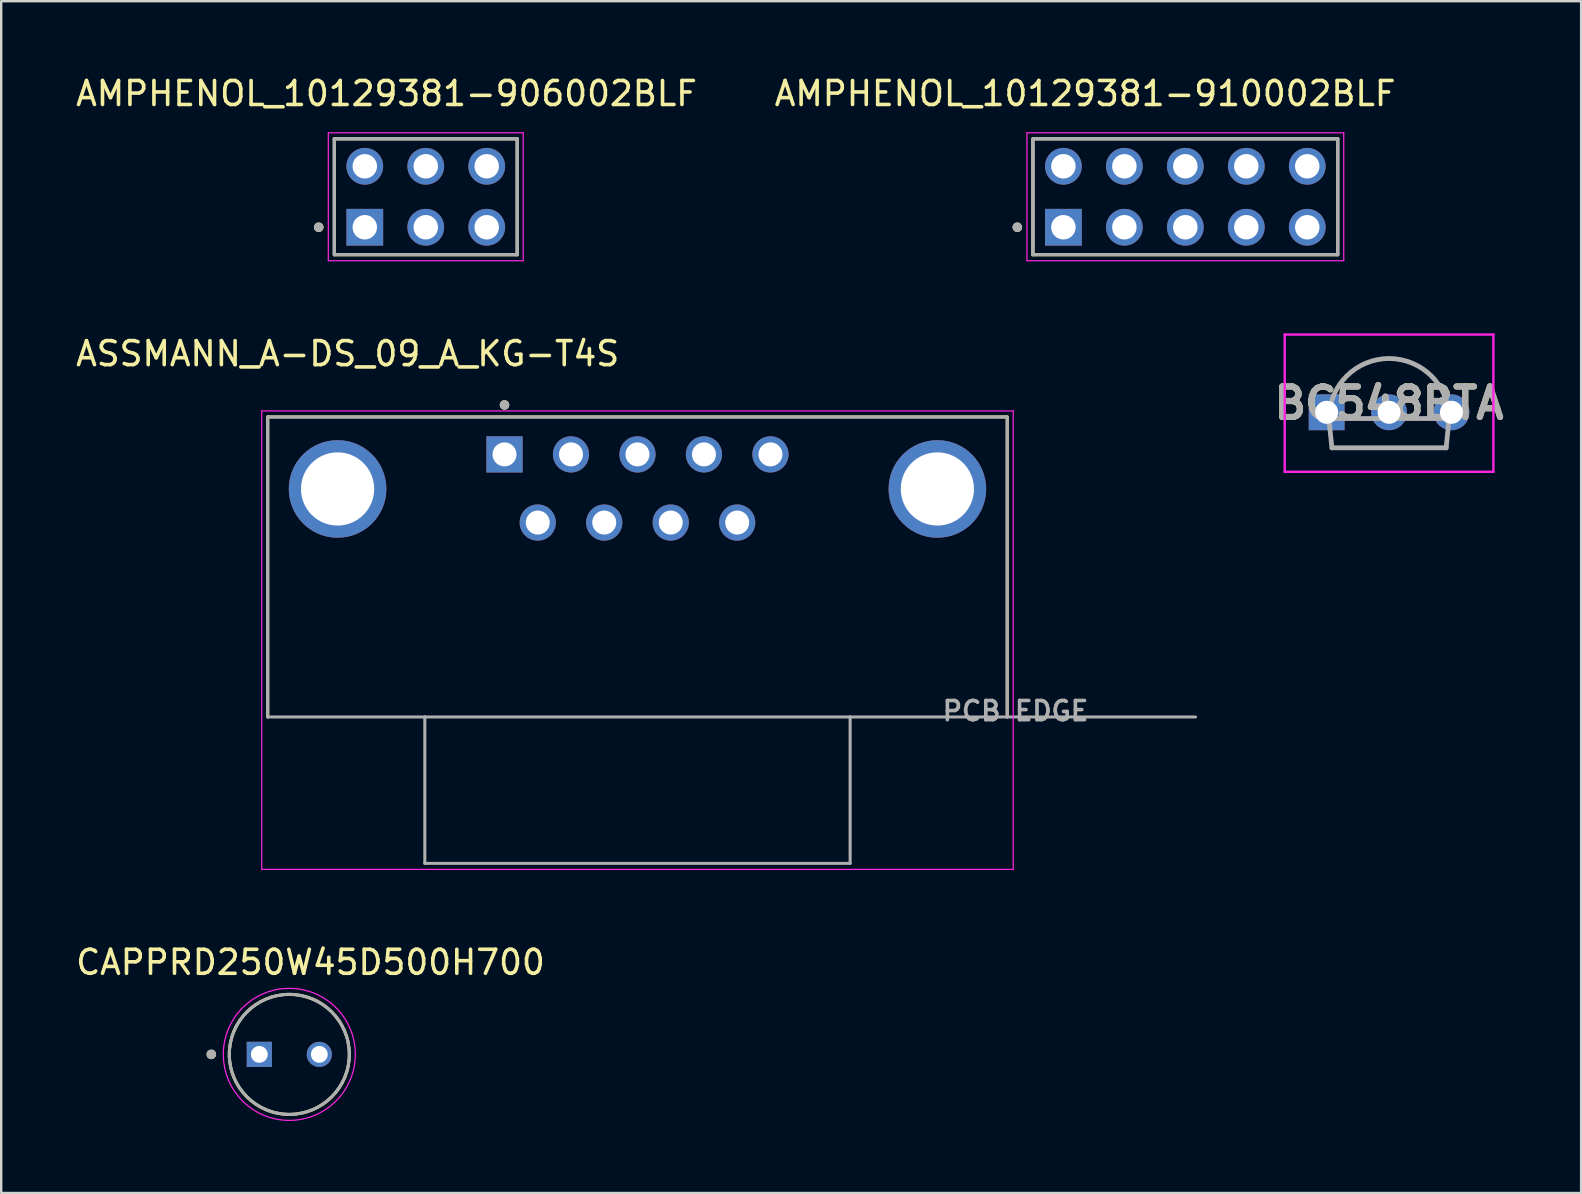
<source format=kicad_pcb>
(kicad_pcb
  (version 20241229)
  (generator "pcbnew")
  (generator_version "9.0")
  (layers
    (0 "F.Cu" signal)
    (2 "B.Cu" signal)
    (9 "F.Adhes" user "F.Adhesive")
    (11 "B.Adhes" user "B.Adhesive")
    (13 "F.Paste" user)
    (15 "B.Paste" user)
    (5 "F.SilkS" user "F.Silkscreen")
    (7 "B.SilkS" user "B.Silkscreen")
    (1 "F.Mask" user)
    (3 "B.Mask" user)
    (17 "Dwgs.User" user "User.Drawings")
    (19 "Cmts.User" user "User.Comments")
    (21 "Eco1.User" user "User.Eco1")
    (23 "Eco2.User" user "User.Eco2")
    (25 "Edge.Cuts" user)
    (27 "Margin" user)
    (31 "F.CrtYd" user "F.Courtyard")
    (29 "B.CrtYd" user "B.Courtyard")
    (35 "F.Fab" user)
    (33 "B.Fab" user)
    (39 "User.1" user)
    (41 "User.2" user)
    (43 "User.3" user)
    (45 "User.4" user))
  (footprint "BC548BTA"
    (layer "F.Cu")
    (at 52.224 14.128)
    (property "Reference" "BC548BTA" (at 2.6 -0.38 0) (layer "F.SilkS") (effects (font (size 1.27 1.27) (thickness 0.254))))
    (attr through_hole)
    (fp_line (start 0.2 1.06) (end 0.22 1.46) (stroke (width 0.1) (type solid)) (layer "F.SilkS"))
    (fp_line (start 0.22 1.46) (end 5 1.48) (stroke (width 0.1) (type solid)) (layer "F.SilkS"))
    (fp_line (start 2.4 -2.24) (end 2.8 -2.24) (stroke (width 0.1) (type solid)) (layer "F.SilkS"))
    (fp_line (start 5 1.48) (end 5 1.06) (stroke (width 0.1) (type solid)) (layer "F.SilkS"))
    (fp_line (start -1.747 -3.24) (end 6.947 -3.24) (stroke (width 0.1) (type solid)) (layer "F.CrtYd"))
    (fp_line (start -1.747 2.48) (end -1.747 -3.24) (stroke (width 0.1) (type solid)) (layer "F.CrtYd"))
    (fp_line (start 6.947 -3.24) (end 6.947 2.48) (stroke (width 0.1) (type solid)) (layer "F.CrtYd"))
    (fp_line (start 6.947 2.48) (end -1.747 2.48) (stroke (width 0.1) (type solid)) (layer "F.CrtYd"))
    (fp_line (start 0.1 0.26) (end 5.1 0.26) (stroke (width 0.2) (type solid)) (layer "F.Fab"))
    (fp_line (start 0.22 1.48) (end 0.1 0.36) (stroke (width 0.2) (type solid)) (layer "F.Fab"))
    (fp_line (start 0.22 1.48) (end 4.98 1.48) (stroke (width 0.2) (type solid)) (layer "F.Fab"))
    (fp_line (start 4.98 1.48) (end 5.1 0.26) (stroke (width 0.2) (type solid)) (layer "F.Fab"))
    (fp_line (start 5.1 0.26) (end 5.1 0.26) (stroke (width 0.2) (type solid)) (layer "F.Fab"))
    (fp_arc (start 0.1 0.26) (mid 2.6 -2.24) (end 5.1 0.26) (stroke (width 0.2) (type solid)) (layer "F.Fab"))
    (fp_text user "${REFERENCE}" (at 2.6 -0.38 0) (layer "F.Fab") (effects (font (size 1.27 1.27) (thickness 0.254))))
    (pad "1" thru_hole rect (at 0 0) (size 1.493 1.493) (drill 0.96) (layers "*.Cu" "*.Mask"))
    (pad "2" thru_hole circle (at 2.6 0) (size 1.493 1.493) (drill 0.96) (layers "*.Cu" "*.Mask"))
    (pad "3" thru_hole circle (at 5.2 0) (size 1.493 1.493) (drill 0.96) (layers "*.Cu" "*.Mask")))
  (footprint "AMPHENOL_10129381-910002BLF"
    (layer "F.Cu")
    (at 46.336 5.148)
    (property "Reference" "AMPHENOL_10129381-910002BLF" (at -4.175 -4.3 0) (layer "F.SilkS") (effects (font (size 1 1) (thickness 0.15))))
    (attr through_hole)
    (fp_line (start -6.35 2.415) (end -6.35 -2.415) (stroke (width 0.127) (type solid)) (layer "F.SilkS"))
    (fp_line (start 6.35 -2.415) (end -6.35 -2.415) (stroke (width 0.127) (type solid)) (layer "F.SilkS"))
    (fp_line (start 6.35 -2.415) (end 6.35 2.415) (stroke (width 0.127) (type solid)) (layer "F.SilkS"))
    (fp_line (start 6.35 2.415) (end -6.35 2.415) (stroke (width 0.127) (type solid)) (layer "F.SilkS"))
    (fp_circle (center -7 1.27) (end -6.9 1.27) (stroke (width 0.2) (type solid)) (fill no) (layer "F.SilkS"))
    (fp_line (start -6.6 -2.665) (end 6.6 -2.665) (stroke (width 0.05) (type solid)) (layer "F.CrtYd"))
    (fp_line (start -6.6 2.665) (end -6.6 -2.665) (stroke (width 0.05) (type solid)) (layer "F.CrtYd"))
    (fp_line (start 6.6 -2.665) (end 6.6 2.665) (stroke (width 0.05) (type solid)) (layer "F.CrtYd"))
    (fp_line (start 6.6 2.665) (end -6.6 2.665) (stroke (width 0.05) (type solid)) (layer "F.CrtYd"))
    (fp_line (start -6.35 -2.415) (end 6.35 -2.415) (stroke (width 0.127) (type solid)) (layer "F.Fab"))
    (fp_line (start -6.35 -2.415) (end 6.35 -2.415) (stroke (width 0.127) (type solid)) (layer "F.Fab"))
    (fp_line (start -6.35 2.415) (end -6.35 -2.415) (stroke (width 0.127) (type solid)) (layer "F.Fab"))
    (fp_line (start -6.35 2.415) (end -6.35 -2.415) (stroke (width 0.127) (type solid)) (layer "F.Fab"))
    (fp_line (start 6.35 -2.415) (end 6.35 2.415) (stroke (width 0.127) (type solid)) (layer "F.Fab"))
    (fp_line (start 6.35 -2.415) (end 6.35 2.415) (stroke (width 0.127) (type solid)) (layer "F.Fab"))
    (fp_line (start 6.35 2.415) (end -6.35 2.415) (stroke (width 0.127) (type solid)) (layer "F.Fab"))
    (fp_circle (center -7 1.27) (end -6.9 1.27) (stroke (width 0.2) (type solid)) (fill no) (layer "F.Fab"))
    (pad "01" thru_hole rect (at -5.08 1.27) (size 1.53 1.53) (drill 1.02) (layers "*.Cu" "*.Mask"))
    (pad "02" thru_hole circle (at -5.08 -1.27) (size 1.53 1.53) (drill 1.02) (layers "*.Cu" "*.Mask"))
    (pad "03" thru_hole circle (at -2.54 1.27) (size 1.53 1.53) (drill 1.02) (layers "*.Cu" "*.Mask"))
    (pad "04" thru_hole circle (at -2.54 -1.27) (size 1.53 1.53) (drill 1.02) (layers "*.Cu" "*.Mask"))
    (pad "05" thru_hole circle (at 0 1.27) (size 1.53 1.53) (drill 1.02) (layers "*.Cu" "*.Mask"))
    (pad "06" thru_hole circle (at 0 -1.27) (size 1.53 1.53) (drill 1.02) (layers "*.Cu" "*.Mask"))
    (pad "07" thru_hole circle (at 2.54 1.27) (size 1.53 1.53) (drill 1.02) (layers "*.Cu" "*.Mask"))
    (pad "08" thru_hole circle (at 2.54 -1.27) (size 1.53 1.53) (drill 1.02) (layers "*.Cu" "*.Mask"))
    (pad "09" thru_hole circle (at 5.08 1.27) (size 1.53 1.53) (drill 1.02) (layers "*.Cu" "*.Mask"))
    (pad "10" thru_hole circle (at 5.08 -1.27) (size 1.53 1.53) (drill 1.02) (layers "*.Cu" "*.Mask")))
  (footprint "ASSMANN_A-DS_09_A_KG-T4S"
    (layer "F.Cu")
    (at 23.51 17.322)
    (property "Reference" "ASSMANN_A-DS_09_A_KG-T4S" (at -12.075 -5.635 0) (layer "F.SilkS") (effects (font (size 1 1) (thickness 0.15))))
    (attr through_hole)
    (fp_line (start -15.405 -3) (end 15.405 -3) (stroke (width 0.127) (type solid)) (layer "F.SilkS"))
    (fp_line (start -15.405 9.5) (end -15.405 -3) (stroke (width 0.127) (type solid)) (layer "F.SilkS"))
    (fp_line (start 15.405 -3) (end 15.405 9.5) (stroke (width 0.127) (type solid)) (layer "F.SilkS"))
    (fp_circle (center -5.54 -3.5) (end -5.44 -3.5) (stroke (width 0.2) (type solid)) (fill no) (layer "F.SilkS"))
    (fp_line (start -15.655 -3.25) (end 15.655 -3.25) (stroke (width 0.05) (type solid)) (layer "F.CrtYd"))
    (fp_line (start -15.655 15.85) (end -15.655 -3.25) (stroke (width 0.05) (type solid)) (layer "F.CrtYd"))
    (fp_line (start 15.655 -3.25) (end 15.655 15.85) (stroke (width 0.05) (type solid)) (layer "F.CrtYd"))
    (fp_line (start 15.655 15.85) (end -15.655 15.85) (stroke (width 0.05) (type solid)) (layer "F.CrtYd"))
    (fp_line (start -15.405 -3) (end 15.405 -3) (stroke (width 0.127) (type solid)) (layer "F.Fab"))
    (fp_line (start -15.405 9.5) (end -15.405 -3) (stroke (width 0.127) (type solid)) (layer "F.Fab"))
    (fp_line (start -15.405 9.5) (end -8.86 9.5) (stroke (width 0.127) (type solid)) (layer "F.Fab"))
    (fp_line (start -8.86 9.5) (end -8.86 15.6) (stroke (width 0.127) (type solid)) (layer "F.Fab"))
    (fp_line (start 8.86 9.5) (end -8.86 9.5) (stroke (width 0.127) (type solid)) (layer "F.Fab"))
    (fp_line (start 8.86 9.5) (end 8.86 15.6) (stroke (width 0.127) (type solid)) (layer "F.Fab"))
    (fp_line (start 8.86 15.6) (end -8.86 15.6) (stroke (width 0.127) (type solid)) (layer "F.Fab"))
    (fp_line (start 15.405 -3) (end 15.405 9.5) (stroke (width 0.127) (type solid)) (layer "F.Fab"))
    (fp_line (start 15.405 9.5) (end 8.86 9.5) (stroke (width 0.127) (type solid)) (layer "F.Fab"))
    (fp_line (start 15.405 9.5) (end 23.25 9.5) (stroke (width 0.127) (type solid)) (layer "F.Fab"))
    (fp_circle (center -5.54 -3.5) (end -5.44 -3.5) (stroke (width 0.2) (type solid)) (fill no) (layer "F.Fab"))
    (fp_text user "PCB EDGE" (at 15.75 9.25 0) (layer "F.Fab") (effects (font (size 0.8 0.8) (thickness 0.15))))
    (pad "1" thru_hole rect (at -5.54 -1.44) (size 1.508 1.508) (drill 1) (layers "*.Cu" "*.Mask"))
    (pad "2" thru_hole circle (at -2.77 -1.44) (size 1.508 1.508) (drill 1) (layers "*.Cu" "*.Mask"))
    (pad "3" thru_hole circle (at 0 -1.44) (size 1.508 1.508) (drill 1) (layers "*.Cu" "*.Mask"))
    (pad "4" thru_hole circle (at 2.77 -1.44) (size 1.508 1.508) (drill 1) (layers "*.Cu" "*.Mask"))
    (pad "5" thru_hole circle (at 5.54 -1.44) (size 1.508 1.508) (drill 1) (layers "*.Cu" "*.Mask"))
    (pad "6" thru_hole circle (at -4.155 1.4) (size 1.508 1.508) (drill 1) (layers "*.Cu" "*.Mask"))
    (pad "7" thru_hole circle (at -1.385 1.4) (size 1.508 1.508) (drill 1) (layers "*.Cu" "*.Mask"))
    (pad "8" thru_hole circle (at 1.385 1.4) (size 1.508 1.508) (drill 1) (layers "*.Cu" "*.Mask"))
    (pad "9" thru_hole circle (at 4.155 1.4) (size 1.508 1.508) (drill 1) (layers "*.Cu" "*.Mask"))
    (pad "SH1" thru_hole circle (at -12.495 0) (size 4.066 4.066) (drill 3.05) (layers "*.Cu" "*.Mask"))
    (pad "SH2" thru_hole circle (at 12.495 0) (size 4.066 4.066) (drill 3.05) (layers "*.Cu" "*.Mask")))
  (footprint "CAPPRD250W45D500H700"
    (layer "F.Cu")
    (at 9.004 40.88)
    (property "Reference" "CAPPRD250W45D500H700" (at 0.883 -3.835 0) (layer "F.SilkS") (effects (font (size 1 1) (thickness 0.15))))
    (attr through_hole)
    (fp_circle (center -3.25 0) (end -3.15 0) (stroke (width 0.2) (type solid)) (fill no) (layer "F.SilkS"))
    (fp_circle (center 0 0) (end 2.5 0) (stroke (width 0.127) (type solid)) (fill no) (layer "F.SilkS"))
    (fp_circle (center 0 0) (end 2.75 0) (stroke (width 0.05) (type solid)) (fill no) (layer "F.CrtYd"))
    (fp_circle (center -3.25 0) (end -3.15 0) (stroke (width 0.2) (type solid)) (fill no) (layer "F.Fab"))
    (fp_circle (center 0 0) (end 2.5 0) (stroke (width 0.127) (type solid)) (fill no) (layer "F.Fab"))
    (pad "N" thru_hole circle (at 1.25 0) (size 1.05 1.05) (drill 0.7) (layers "*.Cu" "*.Mask"))
    (pad "P" thru_hole rect (at -1.25 0) (size 1.05 1.05) (drill 0.7) (layers "*.Cu" "*.Mask")))
  (footprint "AMPHENOL_10129381-906002BLF"
    (layer "F.Cu")
    (at 14.689 5.148)
    (property "Reference" "AMPHENOL_10129381-906002BLF" (at -1.635 -4.3 0) (layer "F.SilkS") (effects (font (size 1 1) (thickness 0.15))))
    (attr through_hole)
    (fp_line (start -3.81 2.415) (end -3.81 -2.415) (stroke (width 0.127) (type solid)) (layer "F.SilkS"))
    (fp_line (start 3.81 -2.415) (end -3.81 -2.415) (stroke (width 0.127) (type solid)) (layer "F.SilkS"))
    (fp_line (start 3.81 -2.415) (end 3.81 2.415) (stroke (width 0.127) (type solid)) (layer "F.SilkS"))
    (fp_line (start 3.81 2.415) (end -3.81 2.415) (stroke (width 0.127) (type solid)) (layer "F.SilkS"))
    (fp_circle (center -4.46 1.27) (end -4.36 1.27) (stroke (width 0.2) (type solid)) (fill no) (layer "F.SilkS"))
    (fp_line (start -4.06 -2.665) (end 4.06 -2.665) (stroke (width 0.05) (type solid)) (layer "F.CrtYd"))
    (fp_line (start -4.06 2.665) (end -4.06 -2.665) (stroke (width 0.05) (type solid)) (layer "F.CrtYd"))
    (fp_line (start 4.06 -2.665) (end 4.06 2.665) (stroke (width 0.05) (type solid)) (layer "F.CrtYd"))
    (fp_line (start 4.06 2.665) (end -4.06 2.665) (stroke (width 0.05) (type solid)) (layer "F.CrtYd"))
    (fp_line (start -3.81 -2.415) (end 3.81 -2.415) (stroke (width 0.127) (type solid)) (layer "F.Fab"))
    (fp_line (start -3.81 -2.415) (end 3.81 -2.415) (stroke (width 0.127) (type solid)) (layer "F.Fab"))
    (fp_line (start -3.81 2.415) (end -3.81 -2.415) (stroke (width 0.127) (type solid)) (layer "F.Fab"))
    (fp_line (start -3.81 2.415) (end -3.81 -2.415) (stroke (width 0.127) (type solid)) (layer "F.Fab"))
    (fp_line (start 3.81 -2.415) (end 3.81 2.415) (stroke (width 0.127) (type solid)) (layer "F.Fab"))
    (fp_line (start 3.81 -2.415) (end 3.81 2.415) (stroke (width 0.127) (type solid)) (layer "F.Fab"))
    (fp_line (start 3.81 2.415) (end -3.81 2.415) (stroke (width 0.127) (type solid)) (layer "F.Fab"))
    (fp_circle (center -4.46 1.27) (end -4.36 1.27) (stroke (width 0.2) (type solid)) (fill no) (layer "F.Fab"))
    (pad "01" thru_hole rect (at -2.54 1.27) (size 1.53 1.53) (drill 1.02) (layers "*.Cu" "*.Mask"))
    (pad "02" thru_hole circle (at -2.54 -1.27) (size 1.53 1.53) (drill 1.02) (layers "*.Cu" "*.Mask"))
    (pad "03" thru_hole circle (at 0 1.27) (size 1.53 1.53) (drill 1.02) (layers "*.Cu" "*.Mask"))
    (pad "04" thru_hole circle (at 0 -1.27) (size 1.53 1.53) (drill 1.02) (layers "*.Cu" "*.Mask"))
    (pad "05" thru_hole circle (at 2.54 1.27) (size 1.53 1.53) (drill 1.02) (layers "*.Cu" "*.Mask"))
    (pad "06" thru_hole circle (at 2.54 -1.27) (size 1.53 1.53) (drill 1.02) (layers "*.Cu" "*.Mask")))
  (gr_rect
    (start -3 -3)
    (end 62.826 46.655)
    (stroke (width 0.1) (type default))
    (fill no)
    (layer "Edge.Cuts")))
</source>
